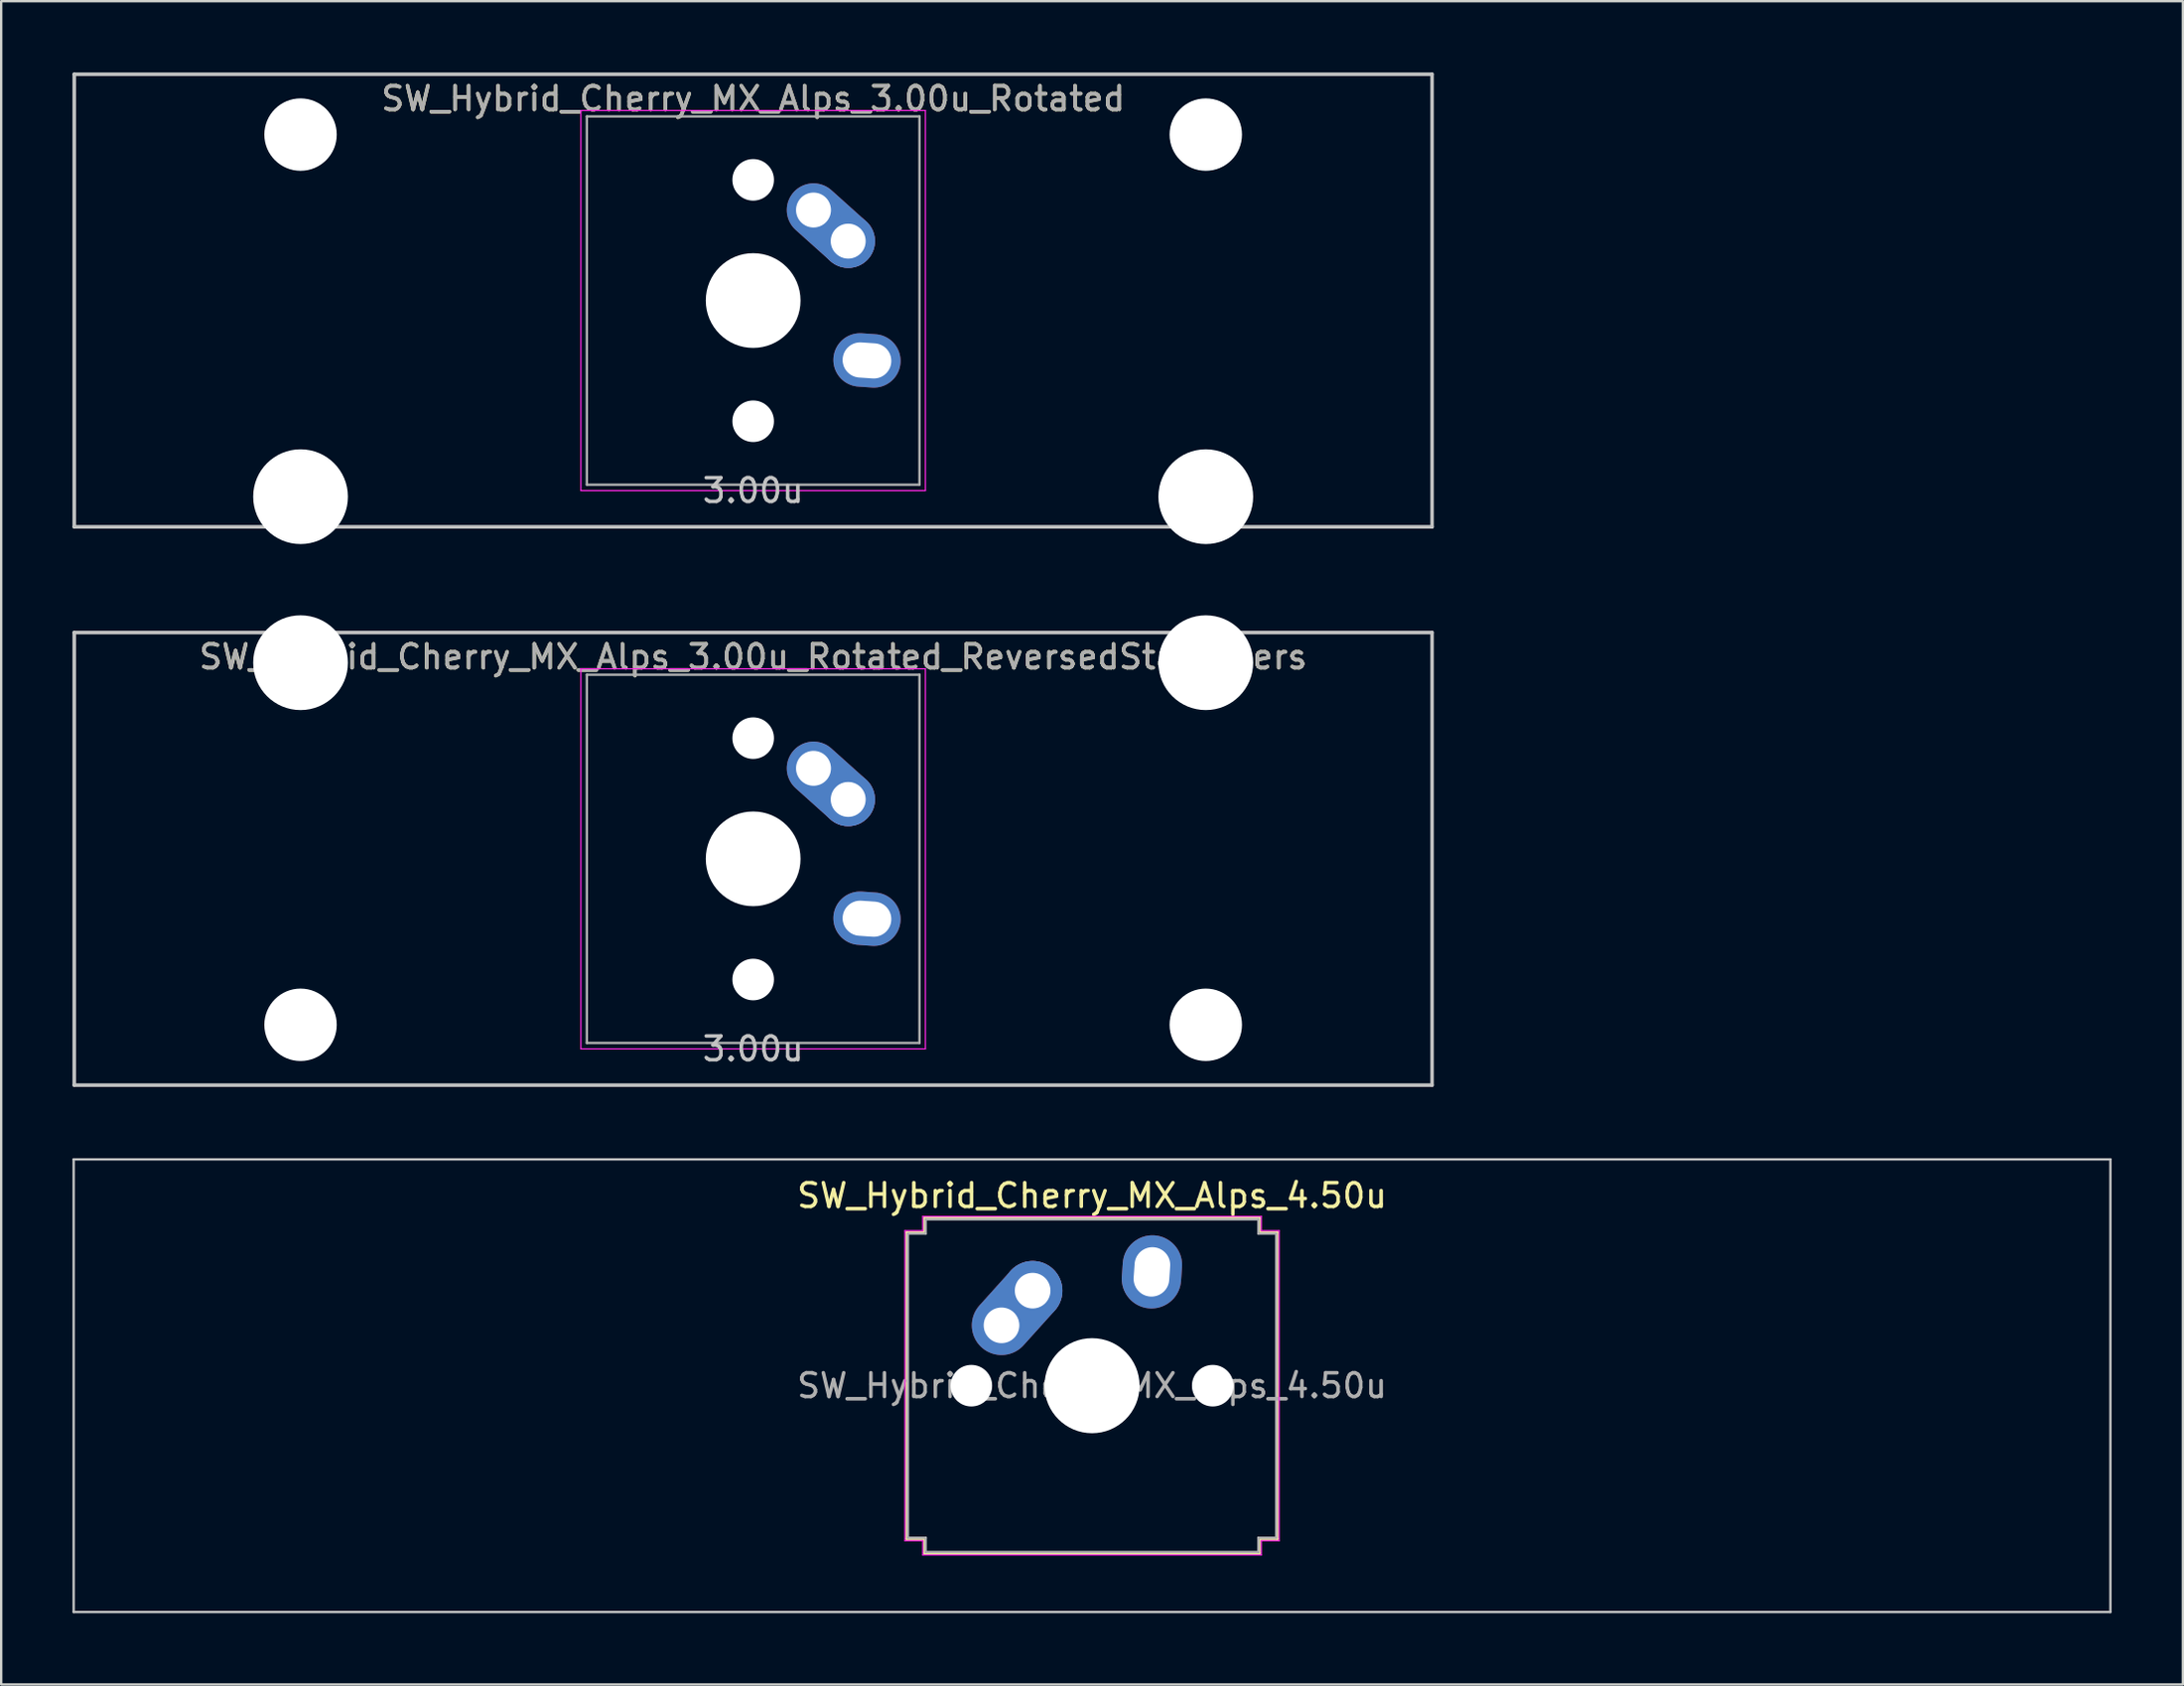
<source format=kicad_pcb>
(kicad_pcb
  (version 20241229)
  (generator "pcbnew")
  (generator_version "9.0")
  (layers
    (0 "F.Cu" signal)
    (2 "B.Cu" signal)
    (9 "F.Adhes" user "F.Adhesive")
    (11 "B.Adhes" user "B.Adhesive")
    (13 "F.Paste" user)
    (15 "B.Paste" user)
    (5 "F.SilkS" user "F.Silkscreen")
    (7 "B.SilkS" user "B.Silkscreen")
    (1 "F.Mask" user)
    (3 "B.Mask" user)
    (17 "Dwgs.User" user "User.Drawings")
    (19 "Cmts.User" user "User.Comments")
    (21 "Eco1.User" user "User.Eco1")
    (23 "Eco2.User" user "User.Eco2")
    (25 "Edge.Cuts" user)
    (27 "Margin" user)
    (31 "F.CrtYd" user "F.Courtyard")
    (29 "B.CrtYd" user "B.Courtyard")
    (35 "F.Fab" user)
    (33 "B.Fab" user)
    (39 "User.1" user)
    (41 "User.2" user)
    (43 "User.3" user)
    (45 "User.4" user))
  (footprint "SW_Hybrid_Cherry_MX_Alps_4.50u"
    (layer "F.Cu")
    (at 42.913 55.273)
    (property "Reference" "SW_Hybrid_Cherry_MX_Alps_4.50u" (at 0 -8 0) (layer "F.SilkS") (effects (font (size 1 1) (thickness 0.15))))
    (attr through_hole)
    (fp_line (start -7.8 -6.45) (end -7.05 -6.45) (stroke (width 0.12) (type solid)) (layer "F.SilkS"))
    (fp_line (start -7.8 6.45) (end -7.8 -6.45) (stroke (width 0.12) (type solid)) (layer "F.SilkS"))
    (fp_line (start -7.05 -7.05) (end 7.05 -7.05) (stroke (width 0.12) (type solid)) (layer "F.SilkS"))
    (fp_line (start -7.05 -6.45) (end -7.05 -7.05) (stroke (width 0.12) (type solid)) (layer "F.SilkS"))
    (fp_line (start -7.05 6.45) (end -7.8 6.45) (stroke (width 0.12) (type solid)) (layer "F.SilkS"))
    (fp_line (start -7.05 7.05) (end -7.05 6.45) (stroke (width 0.12) (type solid)) (layer "F.SilkS"))
    (fp_line (start 7.05 -7.05) (end 7.05 -6.45) (stroke (width 0.12) (type solid)) (layer "F.SilkS"))
    (fp_line (start 7.05 -6.45) (end 7.8 -6.45) (stroke (width 0.12) (type solid)) (layer "F.SilkS"))
    (fp_line (start 7.05 6.45) (end 7.05 7.05) (stroke (width 0.12) (type solid)) (layer "F.SilkS"))
    (fp_line (start 7.05 7.05) (end -7.05 7.05) (stroke (width 0.12) (type solid)) (layer "F.SilkS"))
    (fp_line (start 7.8 -6.45) (end 7.8 6.45) (stroke (width 0.12) (type solid)) (layer "F.SilkS"))
    (fp_line (start 7.8 6.45) (end 7.05 6.45) (stroke (width 0.12) (type solid)) (layer "F.SilkS"))
    (fp_line (start -42.862 -9.525) (end -42.862 9.525) (stroke (width 0.1) (type solid)) (layer "Dwgs.User"))
    (fp_line (start -42.862 9.525) (end 42.862 9.525) (stroke (width 0.1) (type solid)) (layer "Dwgs.User"))
    (fp_line (start 42.862 -9.525) (end -42.862 -9.525) (stroke (width 0.1) (type solid)) (layer "Dwgs.User"))
    (fp_line (start 42.862 9.525) (end 42.862 -9.525) (stroke (width 0.1) (type solid)) (layer "Dwgs.User"))
    (fp_line (start -7.875 -6.525) (end -7.125 -6.525) (stroke (width 0.05) (type solid)) (layer "F.CrtYd"))
    (fp_line (start -7.875 6.525) (end -7.875 -6.525) (stroke (width 0.05) (type solid)) (layer "F.CrtYd"))
    (fp_line (start -7.125 -7.125) (end 7.125 -7.125) (stroke (width 0.05) (type solid)) (layer "F.CrtYd"))
    (fp_line (start -7.125 -6.525) (end -7.125 -7.125) (stroke (width 0.05) (type solid)) (layer "F.CrtYd"))
    (fp_line (start -7.125 6.525) (end -7.875 6.525) (stroke (width 0.05) (type solid)) (layer "F.CrtYd"))
    (fp_line (start -7.125 7.125) (end -7.125 6.525) (stroke (width 0.05) (type solid)) (layer "F.CrtYd"))
    (fp_line (start 7.125 -7.125) (end 7.125 -6.525) (stroke (width 0.05) (type solid)) (layer "F.CrtYd"))
    (fp_line (start 7.125 -6.525) (end 7.875 -6.525) (stroke (width 0.05) (type solid)) (layer "F.CrtYd"))
    (fp_line (start 7.125 6.525) (end 7.125 7.125) (stroke (width 0.05) (type solid)) (layer "F.CrtYd"))
    (fp_line (start 7.125 7.125) (end -7.125 7.125) (stroke (width 0.05) (type solid)) (layer "F.CrtYd"))
    (fp_line (start 7.875 -6.525) (end 7.875 6.525) (stroke (width 0.05) (type solid)) (layer "F.CrtYd"))
    (fp_line (start 7.875 6.525) (end 7.125 6.525) (stroke (width 0.05) (type solid)) (layer "F.CrtYd"))
    (fp_line (start -7.75 -6.4) (end -7 -6.4) (stroke (width 0.1) (type solid)) (layer "F.Fab"))
    (fp_line (start -7.75 6.4) (end -7.75 -6.4) (stroke (width 0.1) (type solid)) (layer "F.Fab"))
    (fp_line (start -7 -7) (end 7 -7) (stroke (width 0.1) (type solid)) (layer "F.Fab"))
    (fp_line (start -7 -6.4) (end -7 -7) (stroke (width 0.1) (type solid)) (layer "F.Fab"))
    (fp_line (start -7 6.4) (end -7.75 6.4) (stroke (width 0.1) (type solid)) (layer "F.Fab"))
    (fp_line (start -7 7) (end -7 6.4) (stroke (width 0.1) (type solid)) (layer "F.Fab"))
    (fp_line (start 7 -7) (end 7 -6.4) (stroke (width 0.1) (type solid)) (layer "F.Fab"))
    (fp_line (start 7 -6.4) (end 7.75 -6.4) (stroke (width 0.1) (type solid)) (layer "F.Fab"))
    (fp_line (start 7 6.4) (end 7 7) (stroke (width 0.1) (type solid)) (layer "F.Fab"))
    (fp_line (start 7 7) (end -7 7) (stroke (width 0.1) (type solid)) (layer "F.Fab"))
    (fp_line (start 7.75 -6.4) (end 7.75 6.4) (stroke (width 0.1) (type solid)) (layer "F.Fab"))
    (fp_line (start 7.75 6.4) (end 7 6.4) (stroke (width 0.1) (type solid)) (layer "F.Fab"))
    (fp_text user "${REFERENCE}" (at 0 0 0) (layer "F.Fab") (effects (font (size 1 1) (thickness 0.15))))
    (pad "" np_thru_hole circle (at -5.08 0) (size 1.75 1.75) (drill 1.75) (layers "*.Cu" "*.Mask"))
    (pad "" np_thru_hole circle (at 0 0) (size 4 4) (drill 4) (layers "*.Cu" "*.Mask"))
    (pad "" np_thru_hole circle (at 5.08 0) (size 1.75 1.75) (drill 1.75) (layers "*.Cu" "*.Mask"))
    (pad "1" thru_hole oval (at 2.52 -4.79 86) (size 3.081 2.5) (drill oval 2.081 1.5) (layers "*.Cu" "B.Mask"))
    (pad "2" thru_hole oval (at -3.81 -2.54 48) (size 4.462 2.5) (drill 1.5 (offset 0.981 0)) (layers "*.Cu" "B.Mask"))
    (pad "2" thru_hole circle (at -2.5 -4) (size 2.5 2.5) (drill 1.5) (layers "*.Cu" "B.Mask")))
  (footprint "SW_Hybrid_Cherry_MX_Alps_3.00u_Rotated"
    (layer "F.Cu")
    (at 28.65 9.6)
    (property "Reference" "SW_Hybrid_Cherry_MX_Alps_3.00u_Rotated" (at 0 -8.5 0) (layer "F.SilkS") (effects (font (size 1 1) (thickness 0.15))))
    (attr through_hole)
    (fp_line (start -28.575 -9.525) (end 28.575 -9.525) (stroke (width 0.15) (type solid)) (layer "Dwgs.User"))
    (fp_line (start -28.575 9.525) (end -28.575 -9.525) (stroke (width 0.15) (type solid)) (layer "Dwgs.User"))
    (fp_line (start -28.575 9.525) (end 28.575 9.525) (stroke (width 0.15) (type solid)) (layer "Dwgs.User"))
    (fp_line (start 28.575 -9.525) (end 28.575 9.525) (stroke (width 0.15) (type solid)) (layer "Dwgs.User"))
    (fp_line (start -7.25 -8) (end 7.25 -8) (stroke (width 0.05) (type solid)) (layer "F.CrtYd"))
    (fp_line (start -7.25 8) (end -7.25 -8) (stroke (width 0.05) (type solid)) (layer "F.CrtYd"))
    (fp_line (start 7.25 -8) (end 7.25 8) (stroke (width 0.05) (type solid)) (layer "F.CrtYd"))
    (fp_line (start 7.25 8) (end -7.25 8) (stroke (width 0.05) (type solid)) (layer "F.CrtYd"))
    (fp_line (start -7 -7.75) (end 7 -7.75) (stroke (width 0.1) (type solid)) (layer "F.Fab"))
    (fp_line (start -7 7.75) (end -7 -7.75) (stroke (width 0.1) (type solid)) (layer "F.Fab"))
    (fp_line (start 7 -7.75) (end 7 7.75) (stroke (width 0.1) (type solid)) (layer "F.Fab"))
    (fp_line (start 7 7.75) (end -7 7.75) (stroke (width 0.1) (type solid)) (layer "F.Fab"))
    (fp_text user "3.00u" (at 0 8 0) (layer "Dwgs.User") (effects (font (size 1 1) (thickness 0.15))))
    (fp_text user "${REFERENCE}" (at 0 -8.5 0) (layer "F.Fab") (effects (font (size 1 1) (thickness 0.15))))
    (pad "" np_thru_hole circle (at -19.05 -6.985) (size 3.048 3.048) (drill 3.048) (layers "*.Cu" "*.Mask"))
    (pad "" np_thru_hole circle (at -19.05 8.255) (size 3.988 3.988) (drill 3.988) (layers "*.Cu" "*.Mask"))
    (pad "" np_thru_hole circle (at 0 -5.08 318.1) (size 1.75 1.75) (drill 1.75) (layers "*.Cu" "*.Mask"))
    (pad "" np_thru_hole circle (at 0 0 270) (size 3.988 3.988) (drill 3.988) (layers "*.Cu" "*.Mask"))
    (pad "" np_thru_hole circle (at 0 5.08 318.1) (size 1.75 1.75) (drill 1.75) (layers "*.Cu" "*.Mask"))
    (pad "" np_thru_hole circle (at 19.05 -6.985) (size 3.048 3.048) (drill 3.048) (layers "*.Cu" "*.Mask"))
    (pad "" np_thru_hole circle (at 19.05 8.255) (size 3.988 3.988) (drill 3.988) (layers "*.Cu" "*.Mask"))
    (pad "1" thru_hole oval (at 2.54 -3.81 318.1) (size 4.212 2.25) (drill 1.47 (offset 0.981 0)) (layers "*.Cu" "B.Mask"))
    (pad "1" thru_hole circle (at 4 -2.5 270) (size 2.25 2.25) (drill 1.47) (layers "*.Cu" "B.Mask"))
    (pad "2" thru_hole oval (at 4.79 2.52 356) (size 2.831 2.25) (drill oval 2.051 1.48) (layers "*.Cu" "B.Mask")))
  (footprint "SW_Hybrid_Cherry_MX_Alps_3.00u_Rotated_ReversedStabilizers"
    (layer "F.Cu")
    (at 28.65 33.098)
    (property "Reference" "SW_Hybrid_Cherry_MX_Alps_3.00u_Rotated_ReversedStabilizers" (at 0 -8.5 0) (layer "F.SilkS") (effects (font (size 1 1) (thickness 0.15))))
    (attr through_hole)
    (fp_line (start -28.575 -9.525) (end 28.575 -9.525) (stroke (width 0.15) (type solid)) (layer "Dwgs.User"))
    (fp_line (start -28.575 9.525) (end -28.575 -9.525) (stroke (width 0.15) (type solid)) (layer "Dwgs.User"))
    (fp_line (start -28.575 9.525) (end 28.575 9.525) (stroke (width 0.15) (type solid)) (layer "Dwgs.User"))
    (fp_line (start 28.575 -9.525) (end 28.575 9.525) (stroke (width 0.15) (type solid)) (layer "Dwgs.User"))
    (fp_line (start -7.25 -8) (end 7.25 -8) (stroke (width 0.05) (type solid)) (layer "F.CrtYd"))
    (fp_line (start -7.25 8) (end -7.25 -8) (stroke (width 0.05) (type solid)) (layer "F.CrtYd"))
    (fp_line (start 7.25 -8) (end 7.25 8) (stroke (width 0.05) (type solid)) (layer "F.CrtYd"))
    (fp_line (start 7.25 8) (end -7.25 8) (stroke (width 0.05) (type solid)) (layer "F.CrtYd"))
    (fp_line (start -7 -7.75) (end 7 -7.75) (stroke (width 0.1) (type solid)) (layer "F.Fab"))
    (fp_line (start -7 7.75) (end -7 -7.75) (stroke (width 0.1) (type solid)) (layer "F.Fab"))
    (fp_line (start 7 -7.75) (end 7 7.75) (stroke (width 0.1) (type solid)) (layer "F.Fab"))
    (fp_line (start 7 7.75) (end -7 7.75) (stroke (width 0.1) (type solid)) (layer "F.Fab"))
    (fp_text user "3.00u" (at 0 8 0) (layer "Dwgs.User") (effects (font (size 1 1) (thickness 0.15))))
    (fp_text user "${REFERENCE}" (at 0 -8.5 0) (layer "F.Fab") (effects (font (size 1 1) (thickness 0.15))))
    (pad "" np_thru_hole circle (at -19.05 -8.255) (size 3.988 3.988) (drill 3.988) (layers "*.Cu" "*.Mask"))
    (pad "" np_thru_hole circle (at -19.05 6.985) (size 3.048 3.048) (drill 3.048) (layers "*.Cu" "*.Mask"))
    (pad "" np_thru_hole circle (at 0 -5.08 318.1) (size 1.75 1.75) (drill 1.75) (layers "*.Cu" "*.Mask"))
    (pad "" np_thru_hole circle (at 0 0 270) (size 3.988 3.988) (drill 3.988) (layers "*.Cu" "*.Mask"))
    (pad "" np_thru_hole circle (at 0 5.08 318.1) (size 1.75 1.75) (drill 1.75) (layers "*.Cu" "*.Mask"))
    (pad "" np_thru_hole circle (at 19.05 -8.255) (size 3.988 3.988) (drill 3.988) (layers "*.Cu" "*.Mask"))
    (pad "" np_thru_hole circle (at 19.05 6.985) (size 3.048 3.048) (drill 3.048) (layers "*.Cu" "*.Mask"))
    (pad "1" thru_hole oval (at 2.54 -3.81 318.1) (size 4.212 2.25) (drill 1.47 (offset 0.981 0)) (layers "*.Cu" "B.Mask"))
    (pad "1" thru_hole circle (at 4 -2.5 270) (size 2.25 2.25) (drill 1.47) (layers "*.Cu" "B.Mask"))
    (pad "2" thru_hole oval (at 4.79 2.52 356) (size 2.831 2.25) (drill oval 2.051 1.48) (layers "*.Cu" "B.Mask")))
  (gr_rect
    (start -3 -3)
    (end 88.825 67.848)
    (stroke (width 0.1) (type default))
    (fill no)
    (layer "Edge.Cuts")))
</source>
